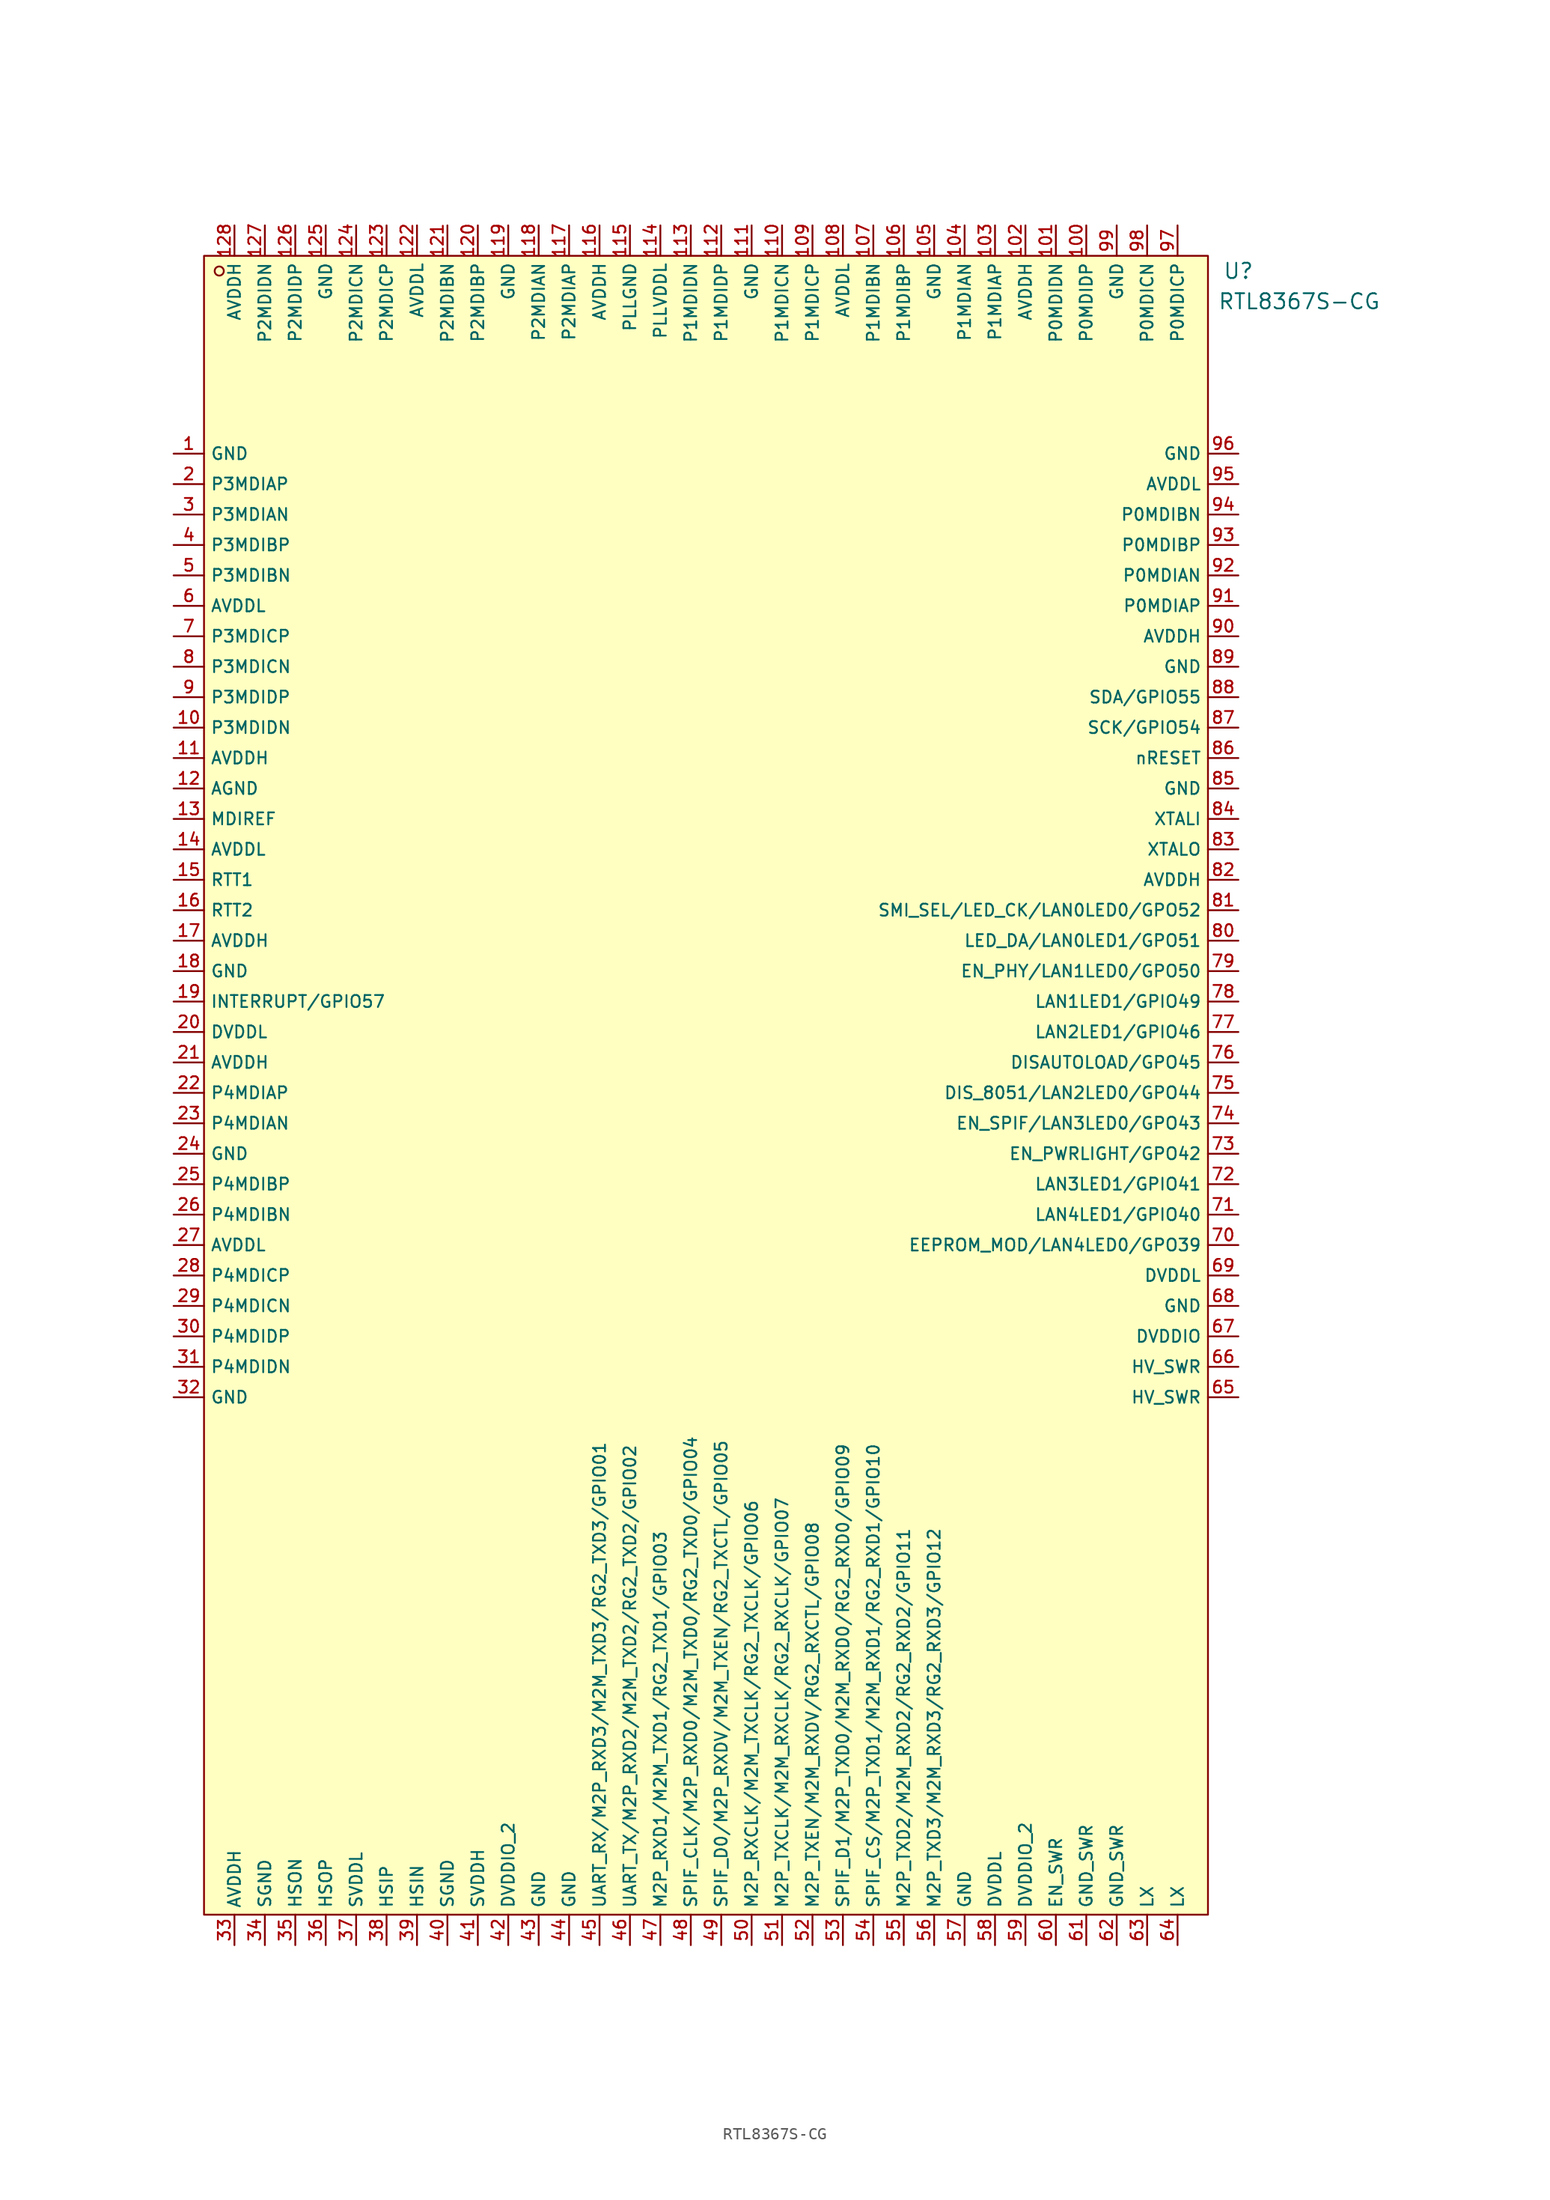
<source format=kicad_sym>
(kicad_symbol_lib
  (version 20220914)
  (generator kicad_symbol_editor)
  (symbol "RTL8367S-CG"
    (property "Reference" "U"
      (at 44.45 68.58 0)
      (effects (font (size 1.27 1.27))))
    (property "Value" "RTL8367S-CG"
      (at 49.53 66.04 0)
      (effects (font (size 1.27 1.27))))
    (symbol "RTL8367S-CG_0_1"
      (rectangle (start -41.91 69.85) (end 41.91 -68.58) (stroke (width 0) (type default)) (fill (type background)))
      (circle (center -40.64 68.58) (radius 0.381) (stroke (width 0) (type default)) (fill (type background)))
      (pin unspecified line (at -44.45 53.34 0) (length 2.54) (name "GND" (effects (font (size 1 1)))) (number "1" (effects (font (size 1 1)))))
      (pin unspecified line (at -44.45 30.48 0) (length 2.54) (name "P3MDIDN" (effects (font (size 1 1)))) (number "10" (effects (font (size 1 1)))))
      (pin unspecified line (at 31.75 72.39 270) (length 2.54) (name "P0MDIDP" (effects (font (size 1 1)))) (number "100" (effects (font (size 1 1)))))
      (pin unspecified line (at 29.21 72.39 270) (length 2.54) (name "P0MDIDN" (effects (font (size 1 1)))) (number "101" (effects (font (size 1 1)))))
      (pin unspecified line (at 26.67 72.39 270) (length 2.54) (name "AVDDH" (effects (font (size 1 1)))) (number "102" (effects (font (size 1 1)))))
      (pin unspecified line (at 24.13 72.39 270) (length 2.54) (name "P1MDIAP" (effects (font (size 1 1)))) (number "103" (effects (font (size 1 1)))))
      (pin unspecified line (at 21.59 72.39 270) (length 2.54) (name "P1MDIAN" (effects (font (size 1 1)))) (number "104" (effects (font (size 1 1)))))
      (pin unspecified line (at 19.05 72.39 270) (length 2.54) (name "GND" (effects (font (size 1 1)))) (number "105" (effects (font (size 1 1)))))
      (pin unspecified line (at 16.51 72.39 270) (length 2.54) (name "P1MDIBP" (effects (font (size 1 1)))) (number "106" (effects (font (size 1 1)))))
      (pin unspecified line (at 13.97 72.39 270) (length 2.54) (name "P1MDIBN" (effects (font (size 1 1)))) (number "107" (effects (font (size 1 1)))))
      (pin unspecified line (at 11.43 72.39 270) (length 2.54) (name "AVDDL" (effects (font (size 1 1)))) (number "108" (effects (font (size 1 1)))))
      (pin unspecified line (at 8.89 72.39 270) (length 2.54) (name "P1MDICP" (effects (font (size 1 1)))) (number "109" (effects (font (size 1 1)))))
      (pin unspecified line (at -44.45 27.94 0) (length 2.54) (name "AVDDH" (effects (font (size 1 1)))) (number "11" (effects (font (size 1 1)))))
      (pin unspecified line (at 6.35 72.39 270) (length 2.54) (name "P1MDICN" (effects (font (size 1 1)))) (number "110" (effects (font (size 1 1)))))
      (pin unspecified line (at 3.81 72.39 270) (length 2.54) (name "GND" (effects (font (size 1 1)))) (number "111" (effects (font (size 1 1)))))
      (pin unspecified line (at 1.27 72.39 270) (length 2.54) (name "P1MDIDP" (effects (font (size 1 1)))) (number "112" (effects (font (size 1 1)))))
      (pin unspecified line (at -1.27 72.39 270) (length 2.54) (name "P1MDIDN" (effects (font (size 1 1)))) (number "113" (effects (font (size 1 1)))))
      (pin unspecified line (at -3.81 72.39 270) (length 2.54) (name "PLLVDDL" (effects (font (size 1 1)))) (number "114" (effects (font (size 1 1)))))
      (pin unspecified line (at -6.35 72.39 270) (length 2.54) (name "PLLGND" (effects (font (size 1 1)))) (number "115" (effects (font (size 1 1)))))
      (pin unspecified line (at -8.89 72.39 270) (length 2.54) (name "AVDDH" (effects (font (size 1 1)))) (number "116" (effects (font (size 1 1)))))
      (pin unspecified line (at -11.43 72.39 270) (length 2.54) (name "P2MDIAP" (effects (font (size 1 1)))) (number "117" (effects (font (size 1 1)))))
      (pin unspecified line (at -13.97 72.39 270) (length 2.54) (name "P2MDIAN" (effects (font (size 1 1)))) (number "118" (effects (font (size 1 1)))))
      (pin unspecified line (at -16.51 72.39 270) (length 2.54) (name "GND" (effects (font (size 1 1)))) (number "119" (effects (font (size 1 1)))))
      (pin unspecified line (at -44.45 25.4 0) (length 2.54) (name "AGND" (effects (font (size 1 1)))) (number "12" (effects (font (size 1 1)))))
      (pin unspecified line (at -19.05 72.39 270) (length 2.54) (name "P2MDIBP" (effects (font (size 1 1)))) (number "120" (effects (font (size 1 1)))))
      (pin unspecified line (at -21.59 72.39 270) (length 2.54) (name "P2MDIBN" (effects (font (size 1 1)))) (number "121" (effects (font (size 1 1)))))
      (pin unspecified line (at -24.13 72.39 270) (length 2.54) (name "AVDDL" (effects (font (size 1 1)))) (number "122" (effects (font (size 1 1)))))
      (pin unspecified line (at -26.67 72.39 270) (length 2.54) (name "P2MDICP" (effects (font (size 1 1)))) (number "123" (effects (font (size 1 1)))))
      (pin unspecified line (at -29.21 72.39 270) (length 2.54) (name "P2MDICN" (effects (font (size 1 1)))) (number "124" (effects (font (size 1 1)))))
      (pin unspecified line (at -31.75 72.39 270) (length 2.54) (name "GND" (effects (font (size 1 1)))) (number "125" (effects (font (size 1 1)))))
      (pin unspecified line (at -34.29 72.39 270) (length 2.54) (name "P2MDIDP" (effects (font (size 1 1)))) (number "126" (effects (font (size 1 1)))))
      (pin unspecified line (at -36.83 72.39 270) (length 2.54) (name "P2MDIDN" (effects (font (size 1 1)))) (number "127" (effects (font (size 1 1)))))
      (pin unspecified line (at -39.37 72.39 270) (length 2.54) (name "AVDDH" (effects (font (size 1 1)))) (number "128" (effects (font (size 1 1)))))
      (pin unspecified line (at -44.45 22.86 0) (length 2.54) (name "MDIREF" (effects (font (size 1 1)))) (number "13" (effects (font (size 1 1)))))
      (pin unspecified line (at -44.45 20.32 0) (length 2.54) (name "AVDDL" (effects (font (size 1 1)))) (number "14" (effects (font (size 1 1)))))
      (pin unspecified line (at -44.45 17.78 0) (length 2.54) (name "RTT1" (effects (font (size 1 1)))) (number "15" (effects (font (size 1 1)))))
      (pin unspecified line (at -44.45 15.24 0) (length 2.54) (name "RTT2" (effects (font (size 1 1)))) (number "16" (effects (font (size 1 1)))))
      (pin unspecified line (at -44.45 12.7 0) (length 2.54) (name "AVDDH" (effects (font (size 1 1)))) (number "17" (effects (font (size 1 1)))))
      (pin unspecified line (at -44.45 10.16 0) (length 2.54) (name "GND" (effects (font (size 1 1)))) (number "18" (effects (font (size 1 1)))))
      (pin unspecified line (at -44.45 7.62 0) (length 2.54) (name "INTERRUPT/GPIO57" (effects (font (size 1 1)))) (number "19" (effects (font (size 1 1)))))
      (pin unspecified line (at -44.45 50.8 0) (length 2.54) (name "P3MDIAP" (effects (font (size 1 1)))) (number "2" (effects (font (size 1 1)))))
      (pin unspecified line (at -44.45 5.08 0) (length 2.54) (name "DVDDL" (effects (font (size 1 1)))) (number "20" (effects (font (size 1 1)))))
      (pin unspecified line (at -44.45 2.54 0) (length 2.54) (name "AVDDH" (effects (font (size 1 1)))) (number "21" (effects (font (size 1 1)))))
      (pin unspecified line (at -44.45 0 0) (length 2.54) (name "P4MDIAP" (effects (font (size 1 1)))) (number "22" (effects (font (size 1 1)))))
      (pin unspecified line (at -44.45 -2.54 0) (length 2.54) (name "P4MDIAN" (effects (font (size 1 1)))) (number "23" (effects (font (size 1 1)))))
      (pin unspecified line (at -44.45 -5.08 0) (length 2.54) (name "GND" (effects (font (size 1 1)))) (number "24" (effects (font (size 1 1)))))
      (pin unspecified line (at -44.45 -7.62 0) (length 2.54) (name "P4MDIBP" (effects (font (size 1 1)))) (number "25" (effects (font (size 1 1)))))
      (pin unspecified line (at -44.45 -10.16 0) (length 2.54) (name "P4MDIBN" (effects (font (size 1 1)))) (number "26" (effects (font (size 1 1)))))
      (pin unspecified line (at -44.45 -12.7 0) (length 2.54) (name "AVDDL" (effects (font (size 1 1)))) (number "27" (effects (font (size 1 1)))))
      (pin unspecified line (at -44.45 -15.24 0) (length 2.54) (name "P4MDICP" (effects (font (size 1 1)))) (number "28" (effects (font (size 1 1)))))
      (pin unspecified line (at -44.45 -17.78 0) (length 2.54) (name "P4MDICN" (effects (font (size 1 1)))) (number "29" (effects (font (size 1 1)))))
      (pin unspecified line (at -44.45 48.26 0) (length 2.54) (name "P3MDIAN" (effects (font (size 1 1)))) (number "3" (effects (font (size 1 1)))))
      (pin unspecified line (at -44.45 -20.32 0) (length 2.54) (name "P4MDIDP" (effects (font (size 1 1)))) (number "30" (effects (font (size 1 1)))))
      (pin unspecified line (at -44.45 -22.86 0) (length 2.54) (name "P4MDIDN" (effects (font (size 1 1)))) (number "31" (effects (font (size 1 1)))))
      (pin unspecified line (at -44.45 -25.4 0) (length 2.54) (name "GND" (effects (font (size 1 1)))) (number "32" (effects (font (size 1 1)))))
      (pin unspecified line (at -39.37 -71.12 90) (length 2.54) (name "AVDDH" (effects (font (size 1 1)))) (number "33" (effects (font (size 1 1)))))
      (pin unspecified line (at -36.83 -71.12 90) (length 2.54) (name "SGND" (effects (font (size 1 1)))) (number "34" (effects (font (size 1 1)))))
      (pin unspecified line (at -34.29 -71.12 90) (length 2.54) (name "HSON" (effects (font (size 1 1)))) (number "35" (effects (font (size 1 1)))))
      (pin unspecified line (at -31.75 -71.12 90) (length 2.54) (name "HSOP" (effects (font (size 1 1)))) (number "36" (effects (font (size 1 1)))))
      (pin unspecified line (at -29.21 -71.12 90) (length 2.54) (name "SVDDL" (effects (font (size 1 1)))) (number "37" (effects (font (size 1 1)))))
      (pin unspecified line (at -26.67 -71.12 90) (length 2.54) (name "HSIP" (effects (font (size 1 1)))) (number "38" (effects (font (size 1 1)))))
      (pin unspecified line (at -24.13 -71.12 90) (length 2.54) (name "HSIN" (effects (font (size 1 1)))) (number "39" (effects (font (size 1 1)))))
      (pin unspecified line (at -44.45 45.72 0) (length 2.54) (name "P3MDIBP" (effects (font (size 1 1)))) (number "4" (effects (font (size 1 1)))))
      (pin unspecified line (at -21.59 -71.12 90) (length 2.54) (name "SGND" (effects (font (size 1 1)))) (number "40" (effects (font (size 1 1)))))
      (pin unspecified line (at -19.05 -71.12 90) (length 2.54) (name "SVDDH" (effects (font (size 1 1)))) (number "41" (effects (font (size 1 1)))))
      (pin unspecified line (at -16.51 -71.12 90) (length 2.54) (name "DVDDIO_2" (effects (font (size 1 1)))) (number "42" (effects (font (size 1 1)))))
      (pin unspecified line (at -13.97 -71.12 90) (length 2.54) (name "GND" (effects (font (size 1 1)))) (number "43" (effects (font (size 1 1)))))
      (pin unspecified line (at -11.43 -71.12 90) (length 2.54) (name "GND" (effects (font (size 1 1)))) (number "44" (effects (font (size 1 1)))))
      (pin unspecified line (at -8.89 -71.12 90) (length 2.54) (name "UART_RX/M2P_RXD3/M2M_TXD3/RG2_TXD3/GPIO01" (effects (font (size 1 1)))) (number "45" (effects (font (size 1 1)))))
      (pin unspecified line (at -6.35 -71.12 90) (length 2.54) (name "UART_TX/M2P_RXD2/M2M_TXD2/RG2_TXD2/GPIO02" (effects (font (size 1 1)))) (number "46" (effects (font (size 1 1)))))
      (pin unspecified line (at -3.81 -71.12 90) (length 2.54) (name "M2P_RXD1/M2M_TXD1/RG2_TXD1/GPIO03" (effects (font (size 1 1)))) (number "47" (effects (font (size 1 1)))))
      (pin unspecified line (at -1.27 -71.12 90) (length 2.54) (name "SPIF_CLK/M2P_RXD0/M2M_TXD0/RG2_TXD0/GPIO04" (effects (font (size 1 1)))) (number "48" (effects (font (size 1 1)))))
      (pin unspecified line (at 1.27 -71.12 90) (length 2.54) (name "SPIF_D0/M2P_RXDV/M2M_TXEN/RG2_TXCTL/GPIO05" (effects (font (size 1 1)))) (number "49" (effects (font (size 1 1)))))
      (pin unspecified line (at -44.45 43.18 0) (length 2.54) (name "P3MDIBN" (effects (font (size 1 1)))) (number "5" (effects (font (size 1 1)))))
      (pin unspecified line (at 3.81 -71.12 90) (length 2.54) (name "M2P_RXCLK/M2M_TXCLK/RG2_TXCLK/GPIO06" (effects (font (size 1 1)))) (number "50" (effects (font (size 1 1)))))
      (pin unspecified line (at 6.35 -71.12 90) (length 2.54) (name "M2P_TXCLK/M2M_RXCLK/RG2_RXCLK/GPIO07" (effects (font (size 1 1)))) (number "51" (effects (font (size 1 1)))))
      (pin unspecified line (at 8.89 -71.12 90) (length 2.54) (name "M2P_TXEN/M2M_RXDV/RG2_RXCTL/GPIO08" (effects (font (size 1 1)))) (number "52" (effects (font (size 1 1)))))
      (pin unspecified line (at 11.43 -71.12 90) (length 2.54) (name "SPIF_D1/M2P_TXD0/M2M_RXD0/RG2_RXD0/GPIO09" (effects (font (size 1 1)))) (number "53" (effects (font (size 1 1)))))
      (pin unspecified line (at 13.97 -71.12 90) (length 2.54) (name "SPIF_CS/M2P_TXD1/M2M_RXD1/RG2_RXD1/GPIO10" (effects (font (size 1 1)))) (number "54" (effects (font (size 1 1)))))
      (pin unspecified line (at 16.51 -71.12 90) (length 2.54) (name "M2P_TXD2/M2M_RXD2/RG2_RXD2/GPIO11" (effects (font (size 1 1)))) (number "55" (effects (font (size 1 1)))))
      (pin unspecified line (at 19.05 -71.12 90) (length 2.54) (name "M2P_TXD3/M2M_RXD3/RG2_RXD3/GPIO12" (effects (font (size 1 1)))) (number "56" (effects (font (size 1 1)))))
      (pin unspecified line (at 21.59 -71.12 90) (length 2.54) (name "GND" (effects (font (size 1 1)))) (number "57" (effects (font (size 1 1)))))
      (pin unspecified line (at 24.13 -71.12 90) (length 2.54) (name "DVDDL" (effects (font (size 1 1)))) (number "58" (effects (font (size 1 1)))))
      (pin unspecified line (at 26.67 -71.12 90) (length 2.54) (name "DVDDIO_2" (effects (font (size 1 1)))) (number "59" (effects (font (size 1 1)))))
      (pin unspecified line (at -44.45 40.64 0) (length 2.54) (name "AVDDL" (effects (font (size 1 1)))) (number "6" (effects (font (size 1 1)))))
      (pin unspecified line (at 29.21 -71.12 90) (length 2.54) (name "EN_SWR" (effects (font (size 1 1)))) (number "60" (effects (font (size 1 1)))))
      (pin unspecified line (at 31.75 -71.12 90) (length 2.54) (name "GND_SWR" (effects (font (size 1 1)))) (number "61" (effects (font (size 1 1)))))
      (pin unspecified line (at 34.29 -71.12 90) (length 2.54) (name "GND_SWR" (effects (font (size 1 1)))) (number "62" (effects (font (size 1 1)))))
      (pin unspecified line (at 36.83 -71.12 90) (length 2.54) (name "LX" (effects (font (size 1 1)))) (number "63" (effects (font (size 1 1)))))
      (pin unspecified line (at 39.37 -71.12 90) (length 2.54) (name "LX" (effects (font (size 1 1)))) (number "64" (effects (font (size 1 1)))))
      (pin unspecified line (at 44.45 -25.4 180) (length 2.54) (name "HV_SWR" (effects (font (size 1 1)))) (number "65" (effects (font (size 1 1)))))
      (pin unspecified line (at 44.45 -22.86 180) (length 2.54) (name "HV_SWR" (effects (font (size 1 1)))) (number "66" (effects (font (size 1 1)))))
      (pin unspecified line (at 44.45 -20.32 180) (length 2.54) (name "DVDDIO" (effects (font (size 1 1)))) (number "67" (effects (font (size 1 1)))))
      (pin unspecified line (at 44.45 -17.78 180) (length 2.54) (name "GND" (effects (font (size 1 1)))) (number "68" (effects (font (size 1 1)))))
      (pin unspecified line (at 44.45 -15.24 180) (length 2.54) (name "DVDDL" (effects (font (size 1 1)))) (number "69" (effects (font (size 1 1)))))
      (pin unspecified line (at -44.45 38.1 0) (length 2.54) (name "P3MDICP" (effects (font (size 1 1)))) (number "7" (effects (font (size 1 1)))))
      (pin unspecified line (at 44.45 -12.7 180) (length 2.54) (name "EEPROM_MOD/LAN4LED0/GPO39" (effects (font (size 1 1)))) (number "70" (effects (font (size 1 1)))))
      (pin unspecified line (at 44.45 -10.16 180) (length 2.54) (name "LAN4LED1/GPIO40" (effects (font (size 1 1)))) (number "71" (effects (font (size 1 1)))))
      (pin unspecified line (at 44.45 -7.62 180) (length 2.54) (name "LAN3LED1/GPIO41" (effects (font (size 1 1)))) (number "72" (effects (font (size 1 1)))))
      (pin unspecified line (at 44.45 -5.08 180) (length 2.54) (name "EN_PWRLIGHT/GPO42" (effects (font (size 1 1)))) (number "73" (effects (font (size 1 1)))))
      (pin unspecified line (at 44.45 -2.54 180) (length 2.54) (name "EN_SPIF/LAN3LED0/GPO43" (effects (font (size 1 1)))) (number "74" (effects (font (size 1 1)))))
      (pin unspecified line (at 44.45 0 180) (length 2.54) (name "DIS_8051/LAN2LED0/GPO44" (effects (font (size 1 1)))) (number "75" (effects (font (size 1 1)))))
      (pin unspecified line (at 44.45 2.54 180) (length 2.54) (name "DISAUTOLOAD/GPO45" (effects (font (size 1 1)))) (number "76" (effects (font (size 1 1)))))
      (pin unspecified line (at 44.45 5.08 180) (length 2.54) (name "LAN2LED1/GPIO46" (effects (font (size 1 1)))) (number "77" (effects (font (size 1 1)))))
      (pin unspecified line (at 44.45 7.62 180) (length 2.54) (name "LAN1LED1/GPIO49" (effects (font (size 1 1)))) (number "78" (effects (font (size 1 1)))))
      (pin unspecified line (at 44.45 10.16 180) (length 2.54) (name "EN_PHY/LAN1LED0/GPO50" (effects (font (size 1 1)))) (number "79" (effects (font (size 1 1)))))
      (pin unspecified line (at -44.45 35.56 0) (length 2.54) (name "P3MDICN" (effects (font (size 1 1)))) (number "8" (effects (font (size 1 1)))))
      (pin unspecified line (at 44.45 12.7 180) (length 2.54) (name "LED_DA/LAN0LED1/GPO51" (effects (font (size 1 1)))) (number "80" (effects (font (size 1 1)))))
      (pin unspecified line (at 44.45 15.24 180) (length 2.54) (name "SMI_SEL/LED_CK/LAN0LED0/GPO52" (effects (font (size 1 1)))) (number "81" (effects (font (size 1 1)))))
      (pin unspecified line (at 44.45 17.78 180) (length 2.54) (name "AVDDH" (effects (font (size 1 1)))) (number "82" (effects (font (size 1 1)))))
      (pin unspecified line (at 44.45 20.32 180) (length 2.54) (name "XTALO" (effects (font (size 1 1)))) (number "83" (effects (font (size 1 1)))))
      (pin unspecified line (at 44.45 22.86 180) (length 2.54) (name "XTALI" (effects (font (size 1 1)))) (number "84" (effects (font (size 1 1)))))
      (pin unspecified line (at 44.45 25.4 180) (length 2.54) (name "GND" (effects (font (size 1 1)))) (number "85" (effects (font (size 1 1)))))
      (pin unspecified line (at 44.45 27.94 180) (length 2.54) (name "nRESET" (effects (font (size 1 1)))) (number "86" (effects (font (size 1 1)))))
      (pin unspecified line (at 44.45 30.48 180) (length 2.54) (name "SCK/GPIO54" (effects (font (size 1 1)))) (number "87" (effects (font (size 1 1)))))
      (pin unspecified line (at 44.45 33.02 180) (length 2.54) (name "SDA/GPIO55" (effects (font (size 1 1)))) (number "88" (effects (font (size 1 1)))))
      (pin unspecified line (at 44.45 35.56 180) (length 2.54) (name "GND" (effects (font (size 1 1)))) (number "89" (effects (font (size 1 1)))))
      (pin unspecified line (at -44.45 33.02 0) (length 2.54) (name "P3MDIDP" (effects (font (size 1 1)))) (number "9" (effects (font (size 1 1)))))
      (pin unspecified line (at 44.45 38.1 180) (length 2.54) (name "AVDDH" (effects (font (size 1 1)))) (number "90" (effects (font (size 1 1)))))
      (pin unspecified line (at 44.45 40.64 180) (length 2.54) (name "P0MDIAP" (effects (font (size 1 1)))) (number "91" (effects (font (size 1 1)))))
      (pin unspecified line (at 44.45 43.18 180) (length 2.54) (name "P0MDIAN" (effects (font (size 1 1)))) (number "92" (effects (font (size 1 1)))))
      (pin unspecified line (at 44.45 45.72 180) (length 2.54) (name "P0MDIBP" (effects (font (size 1 1)))) (number "93" (effects (font (size 1 1)))))
      (pin unspecified line (at 44.45 48.26 180) (length 2.54) (name "P0MDIBN" (effects (font (size 1 1)))) (number "94" (effects (font (size 1 1)))))
      (pin unspecified line (at 44.45 50.8 180) (length 2.54) (name "AVDDL" (effects (font (size 1 1)))) (number "95" (effects (font (size 1 1)))))
      (pin unspecified line (at 44.45 53.34 180) (length 2.54) (name "GND" (effects (font (size 1 1)))) (number "96" (effects (font (size 1 1)))))
      (pin unspecified line (at 39.37 72.39 270) (length 2.54) (name "P0MDICP" (effects (font (size 1 1)))) (number "97" (effects (font (size 1 1)))))
      (pin unspecified line (at 36.83 72.39 270) (length 2.54) (name "P0MDICN" (effects (font (size 1 1)))) (number "98" (effects (font (size 1 1)))))
      (pin unspecified line (at 34.29 72.39 270) (length 2.54) (name "GND" (effects (font (size 1 1)))) (number "99" (effects (font (size 1 1))))))))
</source>
